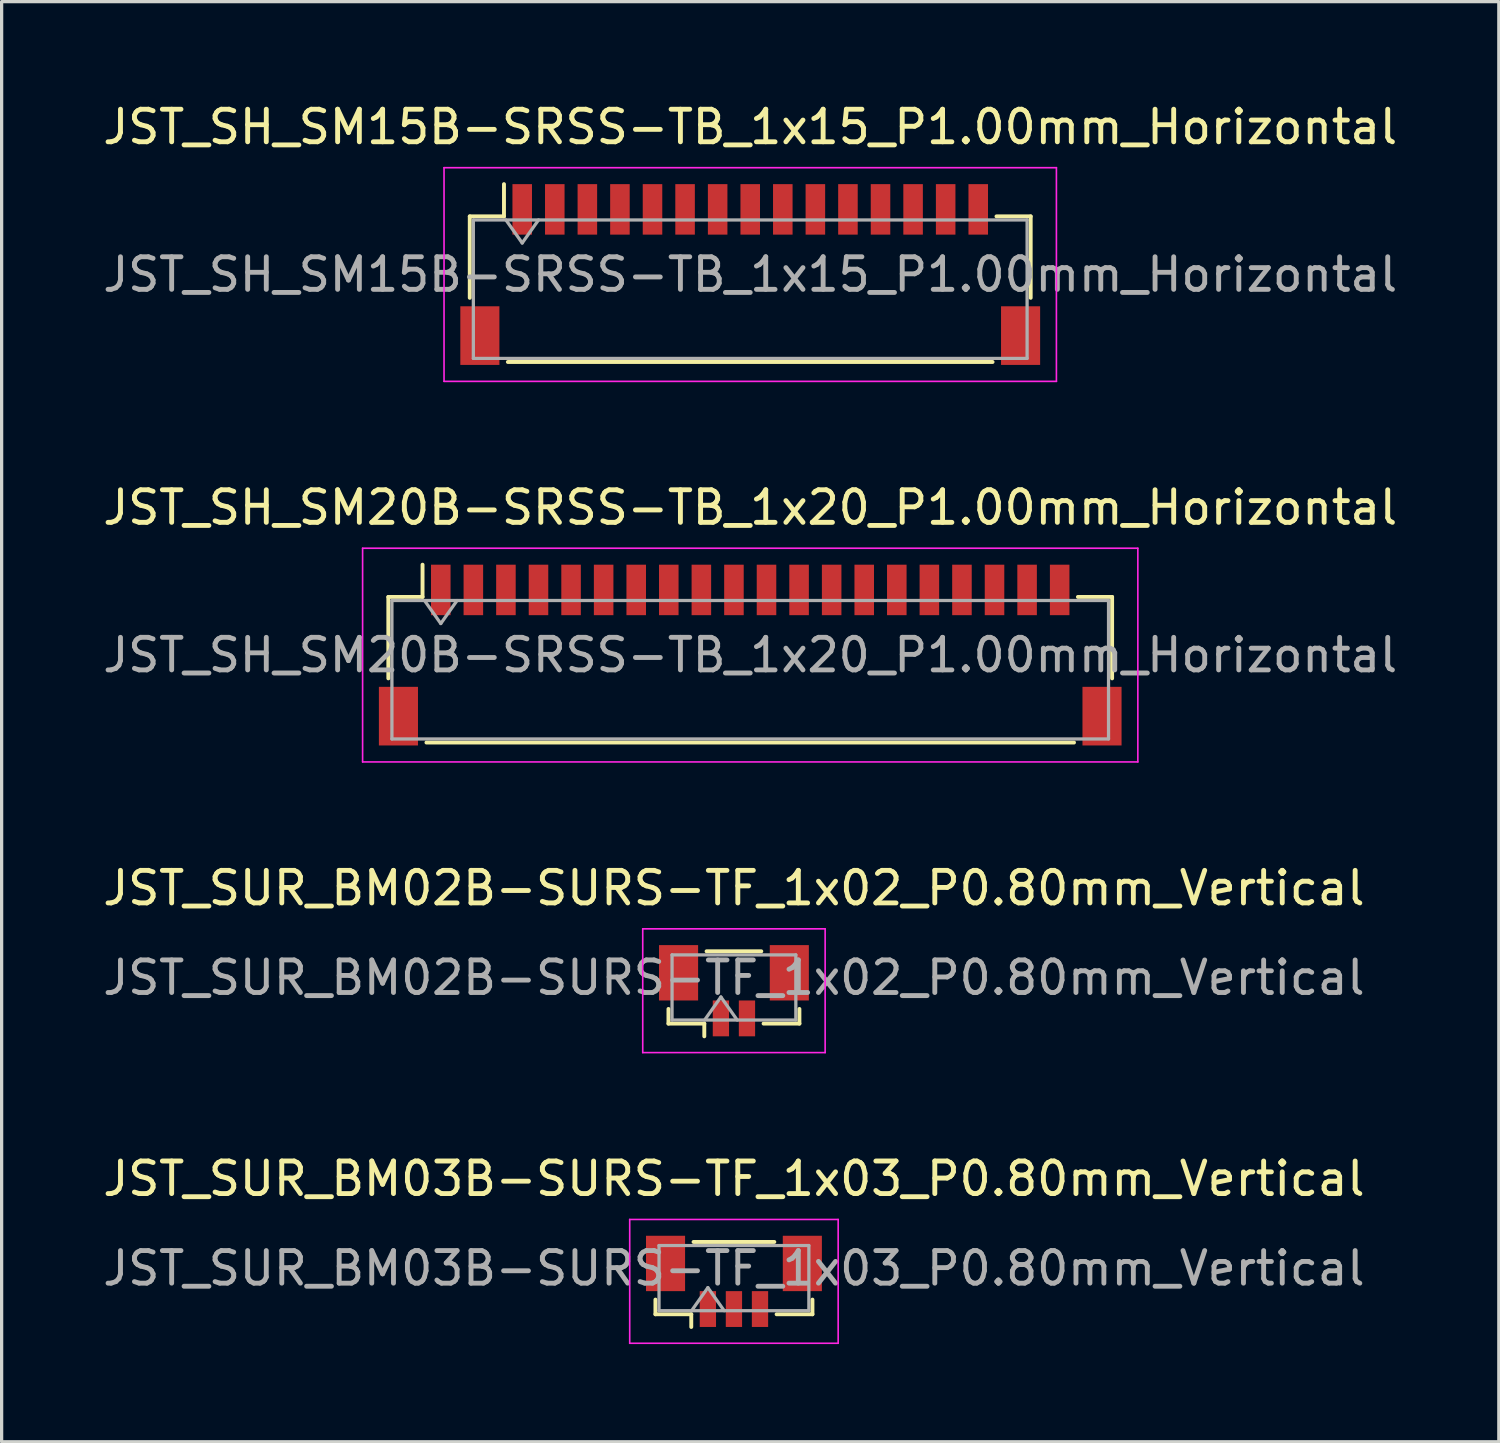
<source format=kicad_pcb>
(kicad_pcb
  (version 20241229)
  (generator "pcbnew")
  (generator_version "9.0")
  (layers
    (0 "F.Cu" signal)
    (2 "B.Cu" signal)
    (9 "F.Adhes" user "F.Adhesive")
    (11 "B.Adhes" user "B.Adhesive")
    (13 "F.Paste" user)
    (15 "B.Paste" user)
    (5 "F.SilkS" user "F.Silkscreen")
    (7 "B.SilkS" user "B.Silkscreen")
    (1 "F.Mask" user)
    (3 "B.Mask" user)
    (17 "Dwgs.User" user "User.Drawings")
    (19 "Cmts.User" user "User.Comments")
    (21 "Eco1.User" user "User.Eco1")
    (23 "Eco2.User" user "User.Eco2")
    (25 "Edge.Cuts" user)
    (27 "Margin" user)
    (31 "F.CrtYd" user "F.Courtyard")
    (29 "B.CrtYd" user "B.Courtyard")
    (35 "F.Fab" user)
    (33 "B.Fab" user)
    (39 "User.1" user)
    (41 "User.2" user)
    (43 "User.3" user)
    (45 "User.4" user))
  (footprint "JST_SUR_BM02B-SURS-TF_1x02_P0.80mm_Vertical"
    (layer "F.Cu")
    (at 19.482 27.365)
    (property "Reference" "JST_SUR_BM02B-SURS-TF_1x02_P0.80mm_Vertical" (at 0 -3.15 0) (layer "F.SilkS") (effects (font (size 1 1) (thickness 0.15))))
    (attr smd)
    (fp_line (start -2.01 0.56) (end -2.01 1.01) (stroke (width 0.12) (type solid)) (layer "F.SilkS"))
    (fp_line (start -2.01 1.01) (end -0.91 1.01) (stroke (width 0.12) (type solid)) (layer "F.SilkS"))
    (fp_line (start -0.91 1.01) (end -0.91 1.4) (stroke (width 0.12) (type solid)) (layer "F.SilkS"))
    (fp_line (start -0.84 -1.21) (end 0.84 -1.21) (stroke (width 0.12) (type solid)) (layer "F.SilkS"))
    (fp_line (start 2.01 0.56) (end 2.01 1.01) (stroke (width 0.12) (type solid)) (layer "F.SilkS"))
    (fp_line (start 2.01 1.01) (end 0.91 1.01) (stroke (width 0.12) (type solid)) (layer "F.SilkS"))
    (fp_line (start -2.8 -1.9) (end -2.8 1.9) (stroke (width 0.05) (type solid)) (layer "F.CrtYd"))
    (fp_line (start -2.8 1.9) (end 2.8 1.9) (stroke (width 0.05) (type solid)) (layer "F.CrtYd"))
    (fp_line (start 2.8 -1.9) (end -2.8 -1.9) (stroke (width 0.05) (type solid)) (layer "F.CrtYd"))
    (fp_line (start 2.8 1.9) (end 2.8 -1.9) (stroke (width 0.05) (type solid)) (layer "F.CrtYd"))
    (fp_line (start -1.9 -1.1) (end 1.9 -1.1) (stroke (width 0.1) (type solid)) (layer "F.Fab"))
    (fp_line (start -1.9 0.9) (end -1.9 -1.1) (stroke (width 0.1) (type solid)) (layer "F.Fab"))
    (fp_line (start -1.9 0.9) (end 1.9 0.9) (stroke (width 0.1) (type solid)) (layer "F.Fab"))
    (fp_line (start -0.9 0.9) (end -0.4 0.193) (stroke (width 0.1) (type solid)) (layer "F.Fab"))
    (fp_line (start -0.4 0.193) (end 0.1 0.9) (stroke (width 0.1) (type solid)) (layer "F.Fab"))
    (fp_line (start 1.9 0.9) (end 1.9 -1.1) (stroke (width 0.1) (type solid)) (layer "F.Fab"))
    (fp_text user "${REFERENCE}" (at 0 -0.4 0) (layer "F.Fab") (effects (font (size 1 1) (thickness 0.15))))
    (pad "" smd rect (at -1.7 -0.55) (size 1.2 1.7) (layers "F.Cu" "F.Mask" "F.Paste"))
    (pad "" smd rect (at 1.7 -0.55) (size 1.2 1.7) (layers "F.Cu" "F.Mask" "F.Paste"))
    (pad "1" smd rect (at -0.4 0.85) (size 0.5 1.1) (layers "F.Cu" "F.Mask" "F.Paste"))
    (pad "2" smd rect (at 0.4 0.85) (size 0.5 1.1) (layers "F.Cu" "F.Mask" "F.Paste")))
  (footprint "JST_SUR_BM03B-SURS-TF_1x03_P0.80mm_Vertical"
    (layer "F.Cu")
    (at 19.482 36.288)
    (property "Reference" "JST_SUR_BM03B-SURS-TF_1x03_P0.80mm_Vertical" (at 0 -3.15 0) (layer "F.SilkS") (effects (font (size 1 1) (thickness 0.15))))
    (attr smd)
    (fp_line (start -2.41 0.56) (end -2.41 1.01) (stroke (width 0.12) (type solid)) (layer "F.SilkS"))
    (fp_line (start -2.41 1.01) (end -1.31 1.01) (stroke (width 0.12) (type solid)) (layer "F.SilkS"))
    (fp_line (start -1.31 1.01) (end -1.31 1.4) (stroke (width 0.12) (type solid)) (layer "F.SilkS"))
    (fp_line (start -1.24 -1.21) (end 1.24 -1.21) (stroke (width 0.12) (type solid)) (layer "F.SilkS"))
    (fp_line (start 2.41 0.56) (end 2.41 1.01) (stroke (width 0.12) (type solid)) (layer "F.SilkS"))
    (fp_line (start 2.41 1.01) (end 1.31 1.01) (stroke (width 0.12) (type solid)) (layer "F.SilkS"))
    (fp_line (start -3.2 -1.9) (end -3.2 1.9) (stroke (width 0.05) (type solid)) (layer "F.CrtYd"))
    (fp_line (start -3.2 1.9) (end 3.2 1.9) (stroke (width 0.05) (type solid)) (layer "F.CrtYd"))
    (fp_line (start 3.2 -1.9) (end -3.2 -1.9) (stroke (width 0.05) (type solid)) (layer "F.CrtYd"))
    (fp_line (start 3.2 1.9) (end 3.2 -1.9) (stroke (width 0.05) (type solid)) (layer "F.CrtYd"))
    (fp_line (start -2.3 -1.1) (end 2.3 -1.1) (stroke (width 0.1) (type solid)) (layer "F.Fab"))
    (fp_line (start -2.3 0.9) (end -2.3 -1.1) (stroke (width 0.1) (type solid)) (layer "F.Fab"))
    (fp_line (start -2.3 0.9) (end 2.3 0.9) (stroke (width 0.1) (type solid)) (layer "F.Fab"))
    (fp_line (start -1.3 0.9) (end -0.8 0.193) (stroke (width 0.1) (type solid)) (layer "F.Fab"))
    (fp_line (start -0.8 0.193) (end -0.3 0.9) (stroke (width 0.1) (type solid)) (layer "F.Fab"))
    (fp_line (start 2.3 0.9) (end 2.3 -1.1) (stroke (width 0.1) (type solid)) (layer "F.Fab"))
    (fp_text user "${REFERENCE}" (at 0 -0.4 0) (layer "F.Fab") (effects (font (size 1 1) (thickness 0.15))))
    (pad "" smd rect (at -2.1 -0.55) (size 1.2 1.7) (layers "F.Cu" "F.Mask" "F.Paste"))
    (pad "" smd rect (at 2.1 -0.55) (size 1.2 1.7) (layers "F.Cu" "F.Mask" "F.Paste"))
    (pad "1" smd rect (at -0.8 0.85) (size 0.5 1.1) (layers "F.Cu" "F.Mask" "F.Paste"))
    (pad "2" smd rect (at 0 0.85) (size 0.5 1.1) (layers "F.Cu" "F.Mask" "F.Paste"))
    (pad "3" smd rect (at 0.8 0.85) (size 0.5 1.1) (layers "F.Cu" "F.Mask" "F.Paste")))
  (footprint "JST_SH_SM20B-SRSS-TB_1x20_P1.00mm_Horizontal"
    (layer "F.Cu")
    (at 19.982 17.061)
    (property "Reference" "JST_SH_SM20B-SRSS-TB_1x20_P1.00mm_Horizontal" (at 0 -4.53 0) (layer "F.SilkS") (effects (font (size 1 1) (thickness 0.15))))
    (attr smd)
    (fp_line (start -11.11 -1.785) (end -10.06 -1.785) (stroke (width 0.12) (type solid)) (layer "F.SilkS"))
    (fp_line (start -11.11 0.715) (end -11.11 -1.785) (stroke (width 0.12) (type solid)) (layer "F.SilkS"))
    (fp_line (start -10.06 -1.785) (end -10.06 -2.775) (stroke (width 0.12) (type solid)) (layer "F.SilkS"))
    (fp_line (start -9.94 2.685) (end 9.94 2.685) (stroke (width 0.12) (type solid)) (layer "F.SilkS"))
    (fp_line (start 11.11 -1.785) (end 10.06 -1.785) (stroke (width 0.12) (type solid)) (layer "F.SilkS"))
    (fp_line (start 11.11 0.715) (end 11.11 -1.785) (stroke (width 0.12) (type solid)) (layer "F.SilkS"))
    (fp_line (start -11.9 -3.28) (end -11.9 3.28) (stroke (width 0.05) (type solid)) (layer "F.CrtYd"))
    (fp_line (start -11.9 3.28) (end 11.9 3.28) (stroke (width 0.05) (type solid)) (layer "F.CrtYd"))
    (fp_line (start 11.9 -3.28) (end -11.9 -3.28) (stroke (width 0.05) (type solid)) (layer "F.CrtYd"))
    (fp_line (start 11.9 3.28) (end 11.9 -3.28) (stroke (width 0.05) (type solid)) (layer "F.CrtYd"))
    (fp_line (start -11 -1.675) (end -11 2.575) (stroke (width 0.1) (type solid)) (layer "F.Fab"))
    (fp_line (start -11 -1.675) (end 11 -1.675) (stroke (width 0.1) (type solid)) (layer "F.Fab"))
    (fp_line (start -11 2.575) (end 11 2.575) (stroke (width 0.1) (type solid)) (layer "F.Fab"))
    (fp_line (start -10 -1.675) (end -9.5 -0.968) (stroke (width 0.1) (type solid)) (layer "F.Fab"))
    (fp_line (start -9.5 -0.968) (end -9 -1.675) (stroke (width 0.1) (type solid)) (layer "F.Fab"))
    (fp_line (start 11 -1.675) (end 11 2.575) (stroke (width 0.1) (type solid)) (layer "F.Fab"))
    (fp_text user "${REFERENCE}" (at 0 0 0) (layer "F.Fab") (effects (font (size 1 1) (thickness 0.15))))
    (pad "" smd rect (at -10.8 1.875) (size 1.2 1.8) (layers "F.Cu" "F.Mask" "F.Paste"))
    (pad "" smd rect (at 10.8 1.875) (size 1.2 1.8) (layers "F.Cu" "F.Mask" "F.Paste"))
    (pad "1" smd rect (at -9.5 -2) (size 0.6 1.55) (layers "F.Cu" "F.Mask" "F.Paste"))
    (pad "2" smd rect (at -8.5 -2) (size 0.6 1.55) (layers "F.Cu" "F.Mask" "F.Paste"))
    (pad "3" smd rect (at -7.5 -2) (size 0.6 1.55) (layers "F.Cu" "F.Mask" "F.Paste"))
    (pad "4" smd rect (at -6.5 -2) (size 0.6 1.55) (layers "F.Cu" "F.Mask" "F.Paste"))
    (pad "5" smd rect (at -5.5 -2) (size 0.6 1.55) (layers "F.Cu" "F.Mask" "F.Paste"))
    (pad "6" smd rect (at -4.5 -2) (size 0.6 1.55) (layers "F.Cu" "F.Mask" "F.Paste"))
    (pad "7" smd rect (at -3.5 -2) (size 0.6 1.55) (layers "F.Cu" "F.Mask" "F.Paste"))
    (pad "8" smd rect (at -2.5 -2) (size 0.6 1.55) (layers "F.Cu" "F.Mask" "F.Paste"))
    (pad "9" smd rect (at -1.5 -2) (size 0.6 1.55) (layers "F.Cu" "F.Mask" "F.Paste"))
    (pad "10" smd rect (at -0.5 -2) (size 0.6 1.55) (layers "F.Cu" "F.Mask" "F.Paste"))
    (pad "11" smd rect (at 0.5 -2) (size 0.6 1.55) (layers "F.Cu" "F.Mask" "F.Paste"))
    (pad "12" smd rect (at 1.5 -2) (size 0.6 1.55) (layers "F.Cu" "F.Mask" "F.Paste"))
    (pad "13" smd rect (at 2.5 -2) (size 0.6 1.55) (layers "F.Cu" "F.Mask" "F.Paste"))
    (pad "14" smd rect (at 3.5 -2) (size 0.6 1.55) (layers "F.Cu" "F.Mask" "F.Paste"))
    (pad "15" smd rect (at 4.5 -2) (size 0.6 1.55) (layers "F.Cu" "F.Mask" "F.Paste"))
    (pad "16" smd rect (at 5.5 -2) (size 0.6 1.55) (layers "F.Cu" "F.Mask" "F.Paste"))
    (pad "17" smd rect (at 6.5 -2) (size 0.6 1.55) (layers "F.Cu" "F.Mask" "F.Paste"))
    (pad "18" smd rect (at 7.5 -2) (size 0.6 1.55) (layers "F.Cu" "F.Mask" "F.Paste"))
    (pad "19" smd rect (at 8.5 -2) (size 0.6 1.55) (layers "F.Cu" "F.Mask" "F.Paste"))
    (pad "20" smd rect (at 9.5 -2) (size 0.6 1.55) (layers "F.Cu" "F.Mask" "F.Paste")))
  (footprint "JST_SH_SM15B-SRSS-TB_1x15_P1.00mm_Horizontal"
    (layer "F.Cu")
    (at 19.982 5.378)
    (property "Reference" "JST_SH_SM15B-SRSS-TB_1x15_P1.00mm_Horizontal" (at 0 -4.53 0) (layer "F.SilkS") (effects (font (size 1 1) (thickness 0.15))))
    (attr smd)
    (fp_line (start -8.61 -1.785) (end -7.56 -1.785) (stroke (width 0.12) (type solid)) (layer "F.SilkS"))
    (fp_line (start -8.61 0.715) (end -8.61 -1.785) (stroke (width 0.12) (type solid)) (layer "F.SilkS"))
    (fp_line (start -7.56 -1.785) (end -7.56 -2.775) (stroke (width 0.12) (type solid)) (layer "F.SilkS"))
    (fp_line (start -7.44 2.685) (end 7.44 2.685) (stroke (width 0.12) (type solid)) (layer "F.SilkS"))
    (fp_line (start 8.61 -1.785) (end 7.56 -1.785) (stroke (width 0.12) (type solid)) (layer "F.SilkS"))
    (fp_line (start 8.61 0.715) (end 8.61 -1.785) (stroke (width 0.12) (type solid)) (layer "F.SilkS"))
    (fp_line (start -9.4 -3.28) (end -9.4 3.28) (stroke (width 0.05) (type solid)) (layer "F.CrtYd"))
    (fp_line (start -9.4 3.28) (end 9.4 3.28) (stroke (width 0.05) (type solid)) (layer "F.CrtYd"))
    (fp_line (start 9.4 -3.28) (end -9.4 -3.28) (stroke (width 0.05) (type solid)) (layer "F.CrtYd"))
    (fp_line (start 9.4 3.28) (end 9.4 -3.28) (stroke (width 0.05) (type solid)) (layer "F.CrtYd"))
    (fp_line (start -8.5 -1.675) (end -8.5 2.575) (stroke (width 0.1) (type solid)) (layer "F.Fab"))
    (fp_line (start -8.5 -1.675) (end 8.5 -1.675) (stroke (width 0.1) (type solid)) (layer "F.Fab"))
    (fp_line (start -8.5 2.575) (end 8.5 2.575) (stroke (width 0.1) (type solid)) (layer "F.Fab"))
    (fp_line (start -7.5 -1.675) (end -7 -0.968) (stroke (width 0.1) (type solid)) (layer "F.Fab"))
    (fp_line (start -7 -0.968) (end -6.5 -1.675) (stroke (width 0.1) (type solid)) (layer "F.Fab"))
    (fp_line (start 8.5 -1.675) (end 8.5 2.575) (stroke (width 0.1) (type solid)) (layer "F.Fab"))
    (fp_text user "${REFERENCE}" (at 0 0 0) (layer "F.Fab") (effects (font (size 1 1) (thickness 0.15))))
    (pad "" smd rect (at -8.3 1.875) (size 1.2 1.8) (layers "F.Cu" "F.Mask" "F.Paste"))
    (pad "" smd rect (at 8.3 1.875) (size 1.2 1.8) (layers "F.Cu" "F.Mask" "F.Paste"))
    (pad "1" smd rect (at -7 -2) (size 0.6 1.55) (layers "F.Cu" "F.Mask" "F.Paste"))
    (pad "2" smd rect (at -6 -2) (size 0.6 1.55) (layers "F.Cu" "F.Mask" "F.Paste"))
    (pad "3" smd rect (at -5 -2) (size 0.6 1.55) (layers "F.Cu" "F.Mask" "F.Paste"))
    (pad "4" smd rect (at -4 -2) (size 0.6 1.55) (layers "F.Cu" "F.Mask" "F.Paste"))
    (pad "5" smd rect (at -3 -2) (size 0.6 1.55) (layers "F.Cu" "F.Mask" "F.Paste"))
    (pad "6" smd rect (at -2 -2) (size 0.6 1.55) (layers "F.Cu" "F.Mask" "F.Paste"))
    (pad "7" smd rect (at -1 -2) (size 0.6 1.55) (layers "F.Cu" "F.Mask" "F.Paste"))
    (pad "8" smd rect (at 0 -2) (size 0.6 1.55) (layers "F.Cu" "F.Mask" "F.Paste"))
    (pad "9" smd rect (at 1 -2) (size 0.6 1.55) (layers "F.Cu" "F.Mask" "F.Paste"))
    (pad "10" smd rect (at 2 -2) (size 0.6 1.55) (layers "F.Cu" "F.Mask" "F.Paste"))
    (pad "11" smd rect (at 3 -2) (size 0.6 1.55) (layers "F.Cu" "F.Mask" "F.Paste"))
    (pad "12" smd rect (at 4 -2) (size 0.6 1.55) (layers "F.Cu" "F.Mask" "F.Paste"))
    (pad "13" smd rect (at 5 -2) (size 0.6 1.55) (layers "F.Cu" "F.Mask" "F.Paste"))
    (pad "14" smd rect (at 6 -2) (size 0.6 1.55) (layers "F.Cu" "F.Mask" "F.Paste"))
    (pad "15" smd rect (at 7 -2) (size 0.6 1.55) (layers "F.Cu" "F.Mask" "F.Paste")))
  (gr_rect
    (start -3 -3)
    (end 42.964 41.213)
    (stroke (width 0.1) (type default))
    (fill no)
    (layer "Edge.Cuts")))
</source>
